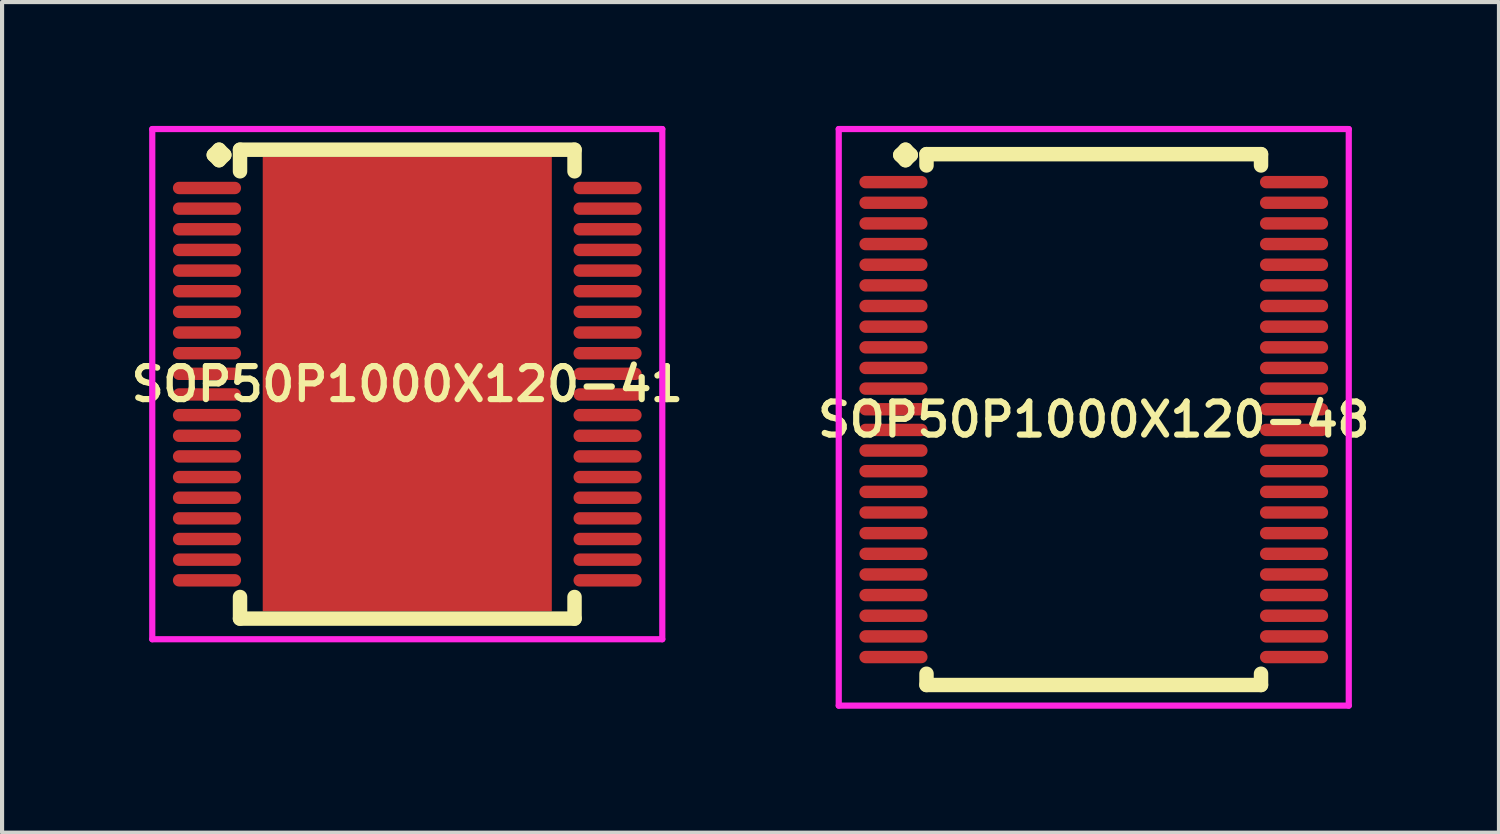
<source format=kicad_pcb>
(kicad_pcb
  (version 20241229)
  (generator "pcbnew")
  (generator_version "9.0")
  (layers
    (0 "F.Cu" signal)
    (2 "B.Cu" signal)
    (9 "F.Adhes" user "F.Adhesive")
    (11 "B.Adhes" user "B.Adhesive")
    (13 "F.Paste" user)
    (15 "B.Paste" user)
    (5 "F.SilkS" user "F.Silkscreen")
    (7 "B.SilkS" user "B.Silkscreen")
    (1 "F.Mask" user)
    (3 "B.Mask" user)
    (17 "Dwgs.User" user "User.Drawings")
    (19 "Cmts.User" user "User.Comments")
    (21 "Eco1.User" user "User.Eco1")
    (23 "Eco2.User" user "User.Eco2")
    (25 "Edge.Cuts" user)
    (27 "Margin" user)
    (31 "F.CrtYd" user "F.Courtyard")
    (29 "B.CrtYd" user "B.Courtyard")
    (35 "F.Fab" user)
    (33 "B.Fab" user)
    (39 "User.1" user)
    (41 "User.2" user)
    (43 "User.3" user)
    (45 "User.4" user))
  (footprint "SOP50P1000X120-41"
    (layer "F.Cu")
    (at 6.812 6.252)
    (property "Reference" "SOP50P1000X120-41" (at 0 0 0) (layer "F.SilkS") (effects (font (size 0.8 0.8) (thickness 0.15))))
    (attr smd)
    (fp_line (start -4.685 -5.55) (end -4.558 -5.677) (stroke (width 0.35) (type solid)) (layer "F.SilkS"))
    (fp_line (start -4.558 -5.677) (end -4.431 -5.55) (stroke (width 0.35) (type solid)) (layer "F.SilkS"))
    (fp_line (start -4.558 -5.423) (end -4.685 -5.55) (stroke (width 0.35) (type solid)) (layer "F.SilkS"))
    (fp_line (start -4.431 -5.55) (end -4.558 -5.423) (stroke (width 0.35) (type solid)) (layer "F.SilkS"))
    (fp_line (start -4.05 -5.677) (end 4.05 -5.677) (stroke (width 0.35) (type solid)) (layer "F.SilkS"))
    (fp_line (start -4.05 -5.154) (end -4.05 -5.677) (stroke (width 0.35) (type solid)) (layer "F.SilkS"))
    (fp_line (start -4.05 5.154) (end -4.05 5.677) (stroke (width 0.35) (type solid)) (layer "F.SilkS"))
    (fp_line (start -4.05 5.677) (end 4.05 5.677) (stroke (width 0.35) (type solid)) (layer "F.SilkS"))
    (fp_line (start 4.05 -5.677) (end 4.05 -5.154) (stroke (width 0.35) (type solid)) (layer "F.SilkS"))
    (fp_line (start 4.05 5.677) (end 4.05 5.154) (stroke (width 0.35) (type solid)) (layer "F.SilkS"))
    (fp_line (start -6.175 -6.177) (end 6.175 -6.177) (stroke (width 0.15) (type solid)) (layer "F.CrtYd"))
    (fp_line (start -6.175 6.177) (end -6.175 -6.177) (stroke (width 0.15) (type solid)) (layer "F.CrtYd"))
    (fp_line (start 6.175 -6.177) (end 6.175 6.177) (stroke (width 0.15) (type solid)) (layer "F.CrtYd"))
    (fp_line (start 6.175 6.177) (end -6.175 6.177) (stroke (width 0.15) (type solid)) (layer "F.CrtYd"))
    (pad "1" smd oval (at -4.85 -4.75) (size 1.65 0.3) (layers "F.Cu" "F.Mask" "F.Paste"))
    (pad "2" smd oval (at -4.85 -4.25) (size 1.65 0.3) (layers "F.Cu" "F.Mask" "F.Paste"))
    (pad "3" smd oval (at -4.85 -3.75) (size 1.65 0.3) (layers "F.Cu" "F.Mask" "F.Paste"))
    (pad "4" smd oval (at -4.85 -3.25) (size 1.65 0.3) (layers "F.Cu" "F.Mask" "F.Paste"))
    (pad "5" smd oval (at -4.85 -2.75) (size 1.65 0.3) (layers "F.Cu" "F.Mask" "F.Paste"))
    (pad "6" smd oval (at -4.85 -2.25) (size 1.65 0.3) (layers "F.Cu" "F.Mask" "F.Paste"))
    (pad "7" smd oval (at -4.85 -1.75) (size 1.65 0.3) (layers "F.Cu" "F.Mask" "F.Paste"))
    (pad "8" smd oval (at -4.85 -1.25) (size 1.65 0.3) (layers "F.Cu" "F.Mask" "F.Paste"))
    (pad "9" smd oval (at -4.85 -0.75) (size 1.65 0.3) (layers "F.Cu" "F.Mask" "F.Paste"))
    (pad "10" smd oval (at -4.85 -0.25) (size 1.65 0.3) (layers "F.Cu" "F.Mask" "F.Paste"))
    (pad "11" smd oval (at -4.85 0.25) (size 1.65 0.3) (layers "F.Cu" "F.Mask" "F.Paste"))
    (pad "12" smd oval (at -4.85 0.75) (size 1.65 0.3) (layers "F.Cu" "F.Mask" "F.Paste"))
    (pad "13" smd oval (at -4.85 1.25) (size 1.65 0.3) (layers "F.Cu" "F.Mask" "F.Paste"))
    (pad "14" smd oval (at -4.85 1.75) (size 1.65 0.3) (layers "F.Cu" "F.Mask" "F.Paste"))
    (pad "15" smd oval (at -4.85 2.25) (size 1.65 0.3) (layers "F.Cu" "F.Mask" "F.Paste"))
    (pad "16" smd oval (at -4.85 2.75) (size 1.65 0.3) (layers "F.Cu" "F.Mask" "F.Paste"))
    (pad "17" smd oval (at -4.85 3.25) (size 1.65 0.3) (layers "F.Cu" "F.Mask" "F.Paste"))
    (pad "18" smd oval (at -4.85 3.75) (size 1.65 0.3) (layers "F.Cu" "F.Mask" "F.Paste"))
    (pad "19" smd oval (at -4.85 4.25) (size 1.65 0.3) (layers "F.Cu" "F.Mask" "F.Paste"))
    (pad "20" smd oval (at -4.85 4.75) (size 1.65 0.3) (layers "F.Cu" "F.Mask" "F.Paste"))
    (pad "21" smd oval (at 4.85 4.75) (size 1.65 0.3) (layers "F.Cu" "F.Mask" "F.Paste"))
    (pad "22" smd oval (at 4.85 4.25) (size 1.65 0.3) (layers "F.Cu" "F.Mask" "F.Paste"))
    (pad "23" smd oval (at 4.85 3.75) (size 1.65 0.3) (layers "F.Cu" "F.Mask" "F.Paste"))
    (pad "24" smd oval (at 4.85 3.25) (size 1.65 0.3) (layers "F.Cu" "F.Mask" "F.Paste"))
    (pad "25" smd oval (at 4.85 2.75) (size 1.65 0.3) (layers "F.Cu" "F.Mask" "F.Paste"))
    (pad "26" smd oval (at 4.85 2.25) (size 1.65 0.3) (layers "F.Cu" "F.Mask" "F.Paste"))
    (pad "27" smd oval (at 4.85 1.75) (size 1.65 0.3) (layers "F.Cu" "F.Mask" "F.Paste"))
    (pad "28" smd oval (at 4.85 1.25) (size 1.65 0.3) (layers "F.Cu" "F.Mask" "F.Paste"))
    (pad "29" smd oval (at 4.85 0.75) (size 1.65 0.3) (layers "F.Cu" "F.Mask" "F.Paste"))
    (pad "30" smd oval (at 4.85 0.25) (size 1.65 0.3) (layers "F.Cu" "F.Mask" "F.Paste"))
    (pad "31" smd oval (at 4.85 -0.25) (size 1.65 0.3) (layers "F.Cu" "F.Mask" "F.Paste"))
    (pad "32" smd oval (at 4.85 -0.75) (size 1.65 0.3) (layers "F.Cu" "F.Mask" "F.Paste"))
    (pad "33" smd oval (at 4.85 -1.25) (size 1.65 0.3) (layers "F.Cu" "F.Mask" "F.Paste"))
    (pad "34" smd oval (at 4.85 -1.75) (size 1.65 0.3) (layers "F.Cu" "F.Mask" "F.Paste"))
    (pad "35" smd oval (at 4.85 -2.25) (size 1.65 0.3) (layers "F.Cu" "F.Mask" "F.Paste"))
    (pad "36" smd oval (at 4.85 -2.75) (size 1.65 0.3) (layers "F.Cu" "F.Mask" "F.Paste"))
    (pad "37" smd oval (at 4.85 -3.25) (size 1.65 0.3) (layers "F.Cu" "F.Mask" "F.Paste"))
    (pad "38" smd oval (at 4.85 -3.75) (size 1.65 0.3) (layers "F.Cu" "F.Mask" "F.Paste"))
    (pad "39" smd oval (at 4.85 -4.25) (size 1.65 0.3) (layers "F.Cu" "F.Mask" "F.Paste"))
    (pad "40" smd oval (at 4.85 -4.75) (size 1.65 0.3) (layers "F.Cu" "F.Mask" "F.Paste"))
    (pad "41" smd rect (at 0 0) (size 7 11) (layers "F.Cu" "F.Mask" "F.Paste")))
  (footprint "SOP50P1000X120-48"
    (layer "F.Cu")
    (at 23.435 7.11)
    (property "Reference" "SOP50P1000X120-48" (at 0 0 0) (layer "F.SilkS") (effects (font (size 0.8 0.8) (thickness 0.15))))
    (attr smd)
    (fp_line (start -4.685 -6.408) (end -4.558 -6.535) (stroke (width 0.35) (type solid)) (layer "F.SilkS"))
    (fp_line (start -4.558 -6.535) (end -4.431 -6.408) (stroke (width 0.35) (type solid)) (layer "F.SilkS"))
    (fp_line (start -4.558 -6.281) (end -4.685 -6.408) (stroke (width 0.35) (type solid)) (layer "F.SilkS"))
    (fp_line (start -4.431 -6.408) (end -4.558 -6.281) (stroke (width 0.35) (type solid)) (layer "F.SilkS"))
    (fp_line (start -4.05 -6.427) (end 4.05 -6.427) (stroke (width 0.35) (type solid)) (layer "F.SilkS"))
    (fp_line (start -4.05 -6.154) (end -4.05 -6.427) (stroke (width 0.35) (type solid)) (layer "F.SilkS"))
    (fp_line (start -4.05 6.154) (end -4.05 6.427) (stroke (width 0.35) (type solid)) (layer "F.SilkS"))
    (fp_line (start -4.05 6.427) (end 4.05 6.427) (stroke (width 0.35) (type solid)) (layer "F.SilkS"))
    (fp_line (start 4.05 -6.427) (end 4.05 -6.154) (stroke (width 0.35) (type solid)) (layer "F.SilkS"))
    (fp_line (start 4.05 6.427) (end 4.05 6.154) (stroke (width 0.35) (type solid)) (layer "F.SilkS"))
    (fp_line (start -6.175 -7.035) (end 6.175 -7.035) (stroke (width 0.15) (type solid)) (layer "F.CrtYd"))
    (fp_line (start -6.175 6.927) (end -6.175 -7.035) (stroke (width 0.15) (type solid)) (layer "F.CrtYd"))
    (fp_line (start 6.175 -7.035) (end 6.175 6.927) (stroke (width 0.15) (type solid)) (layer "F.CrtYd"))
    (fp_line (start 6.175 6.927) (end -6.175 6.927) (stroke (width 0.15) (type solid)) (layer "F.CrtYd"))
    (pad "1" smd oval (at -4.85 -5.75) (size 1.65 0.3) (layers "F.Cu" "F.Mask" "F.Paste"))
    (pad "2" smd oval (at -4.85 -5.25) (size 1.65 0.3) (layers "F.Cu" "F.Mask" "F.Paste"))
    (pad "3" smd oval (at -4.85 -4.75) (size 1.65 0.3) (layers "F.Cu" "F.Mask" "F.Paste"))
    (pad "4" smd oval (at -4.85 -4.25) (size 1.65 0.3) (layers "F.Cu" "F.Mask" "F.Paste"))
    (pad "5" smd oval (at -4.85 -3.75) (size 1.65 0.3) (layers "F.Cu" "F.Mask" "F.Paste"))
    (pad "6" smd oval (at -4.85 -3.25) (size 1.65 0.3) (layers "F.Cu" "F.Mask" "F.Paste"))
    (pad "7" smd oval (at -4.85 -2.75) (size 1.65 0.3) (layers "F.Cu" "F.Mask" "F.Paste"))
    (pad "8" smd oval (at -4.85 -2.25) (size 1.65 0.3) (layers "F.Cu" "F.Mask" "F.Paste"))
    (pad "9" smd oval (at -4.85 -1.75) (size 1.65 0.3) (layers "F.Cu" "F.Mask" "F.Paste"))
    (pad "10" smd oval (at -4.85 -1.25) (size 1.65 0.3) (layers "F.Cu" "F.Mask" "F.Paste"))
    (pad "11" smd oval (at -4.85 -0.75) (size 1.65 0.3) (layers "F.Cu" "F.Mask" "F.Paste"))
    (pad "12" smd oval (at -4.85 -0.25) (size 1.65 0.3) (layers "F.Cu" "F.Mask" "F.Paste"))
    (pad "13" smd oval (at -4.85 0.25) (size 1.65 0.3) (layers "F.Cu" "F.Mask" "F.Paste"))
    (pad "14" smd oval (at -4.85 0.75) (size 1.65 0.3) (layers "F.Cu" "F.Mask" "F.Paste"))
    (pad "15" smd oval (at -4.85 1.25) (size 1.65 0.3) (layers "F.Cu" "F.Mask" "F.Paste"))
    (pad "16" smd oval (at -4.85 1.75) (size 1.65 0.3) (layers "F.Cu" "F.Mask" "F.Paste"))
    (pad "17" smd oval (at -4.85 2.25) (size 1.65 0.3) (layers "F.Cu" "F.Mask" "F.Paste"))
    (pad "18" smd oval (at -4.85 2.75) (size 1.65 0.3) (layers "F.Cu" "F.Mask" "F.Paste"))
    (pad "19" smd oval (at -4.85 3.25) (size 1.65 0.3) (layers "F.Cu" "F.Mask" "F.Paste"))
    (pad "20" smd oval (at -4.85 3.75) (size 1.65 0.3) (layers "F.Cu" "F.Mask" "F.Paste"))
    (pad "21" smd oval (at -4.85 4.25) (size 1.65 0.3) (layers "F.Cu" "F.Mask" "F.Paste"))
    (pad "22" smd oval (at -4.85 4.75) (size 1.65 0.3) (layers "F.Cu" "F.Mask" "F.Paste"))
    (pad "23" smd oval (at -4.85 5.25) (size 1.65 0.3) (layers "F.Cu" "F.Mask" "F.Paste"))
    (pad "24" smd oval (at -4.85 5.75) (size 1.65 0.3) (layers "F.Cu" "F.Mask" "F.Paste"))
    (pad "25" smd oval (at 4.85 5.75) (size 1.65 0.3) (layers "F.Cu" "F.Mask" "F.Paste"))
    (pad "26" smd oval (at 4.85 5.25) (size 1.65 0.3) (layers "F.Cu" "F.Mask" "F.Paste"))
    (pad "27" smd oval (at 4.85 4.75) (size 1.65 0.3) (layers "F.Cu" "F.Mask" "F.Paste"))
    (pad "28" smd oval (at 4.85 4.25) (size 1.65 0.3) (layers "F.Cu" "F.Mask" "F.Paste"))
    (pad "29" smd oval (at 4.85 3.75) (size 1.65 0.3) (layers "F.Cu" "F.Mask" "F.Paste"))
    (pad "30" smd oval (at 4.85 3.25) (size 1.65 0.3) (layers "F.Cu" "F.Mask" "F.Paste"))
    (pad "31" smd oval (at 4.85 2.75) (size 1.65 0.3) (layers "F.Cu" "F.Mask" "F.Paste"))
    (pad "32" smd oval (at 4.85 2.25) (size 1.65 0.3) (layers "F.Cu" "F.Mask" "F.Paste"))
    (pad "33" smd oval (at 4.85 1.75) (size 1.65 0.3) (layers "F.Cu" "F.Mask" "F.Paste"))
    (pad "34" smd oval (at 4.85 1.25) (size 1.65 0.3) (layers "F.Cu" "F.Mask" "F.Paste"))
    (pad "35" smd oval (at 4.85 0.75) (size 1.65 0.3) (layers "F.Cu" "F.Mask" "F.Paste"))
    (pad "36" smd oval (at 4.85 0.25) (size 1.65 0.3) (layers "F.Cu" "F.Mask" "F.Paste"))
    (pad "37" smd oval (at 4.85 -0.25) (size 1.65 0.3) (layers "F.Cu" "F.Mask" "F.Paste"))
    (pad "38" smd oval (at 4.85 -0.75) (size 1.65 0.3) (layers "F.Cu" "F.Mask" "F.Paste"))
    (pad "39" smd oval (at 4.85 -1.25) (size 1.65 0.3) (layers "F.Cu" "F.Mask" "F.Paste"))
    (pad "40" smd oval (at 4.85 -1.75) (size 1.65 0.3) (layers "F.Cu" "F.Mask" "F.Paste"))
    (pad "41" smd oval (at 4.85 -2.25) (size 1.65 0.3) (layers "F.Cu" "F.Mask" "F.Paste"))
    (pad "42" smd oval (at 4.85 -2.75) (size 1.65 0.3) (layers "F.Cu" "F.Mask" "F.Paste"))
    (pad "43" smd oval (at 4.85 -3.25) (size 1.65 0.3) (layers "F.Cu" "F.Mask" "F.Paste"))
    (pad "44" smd oval (at 4.85 -3.75) (size 1.65 0.3) (layers "F.Cu" "F.Mask" "F.Paste"))
    (pad "45" smd oval (at 4.85 -4.25) (size 1.65 0.3) (layers "F.Cu" "F.Mask" "F.Paste"))
    (pad "46" smd oval (at 4.85 -4.75) (size 1.65 0.3) (layers "F.Cu" "F.Mask" "F.Paste"))
    (pad "47" smd oval (at 4.85 -5.25) (size 1.65 0.3) (layers "F.Cu" "F.Mask" "F.Paste"))
    (pad "48" smd oval (at 4.85 -5.75) (size 1.65 0.3) (layers "F.Cu" "F.Mask" "F.Paste")))
  (gr_rect
    (start -3 -3)
    (end 33.247 17.112)
    (stroke (width 0.1) (type default))
    (fill no)
    (layer "Edge.Cuts")))
</source>
